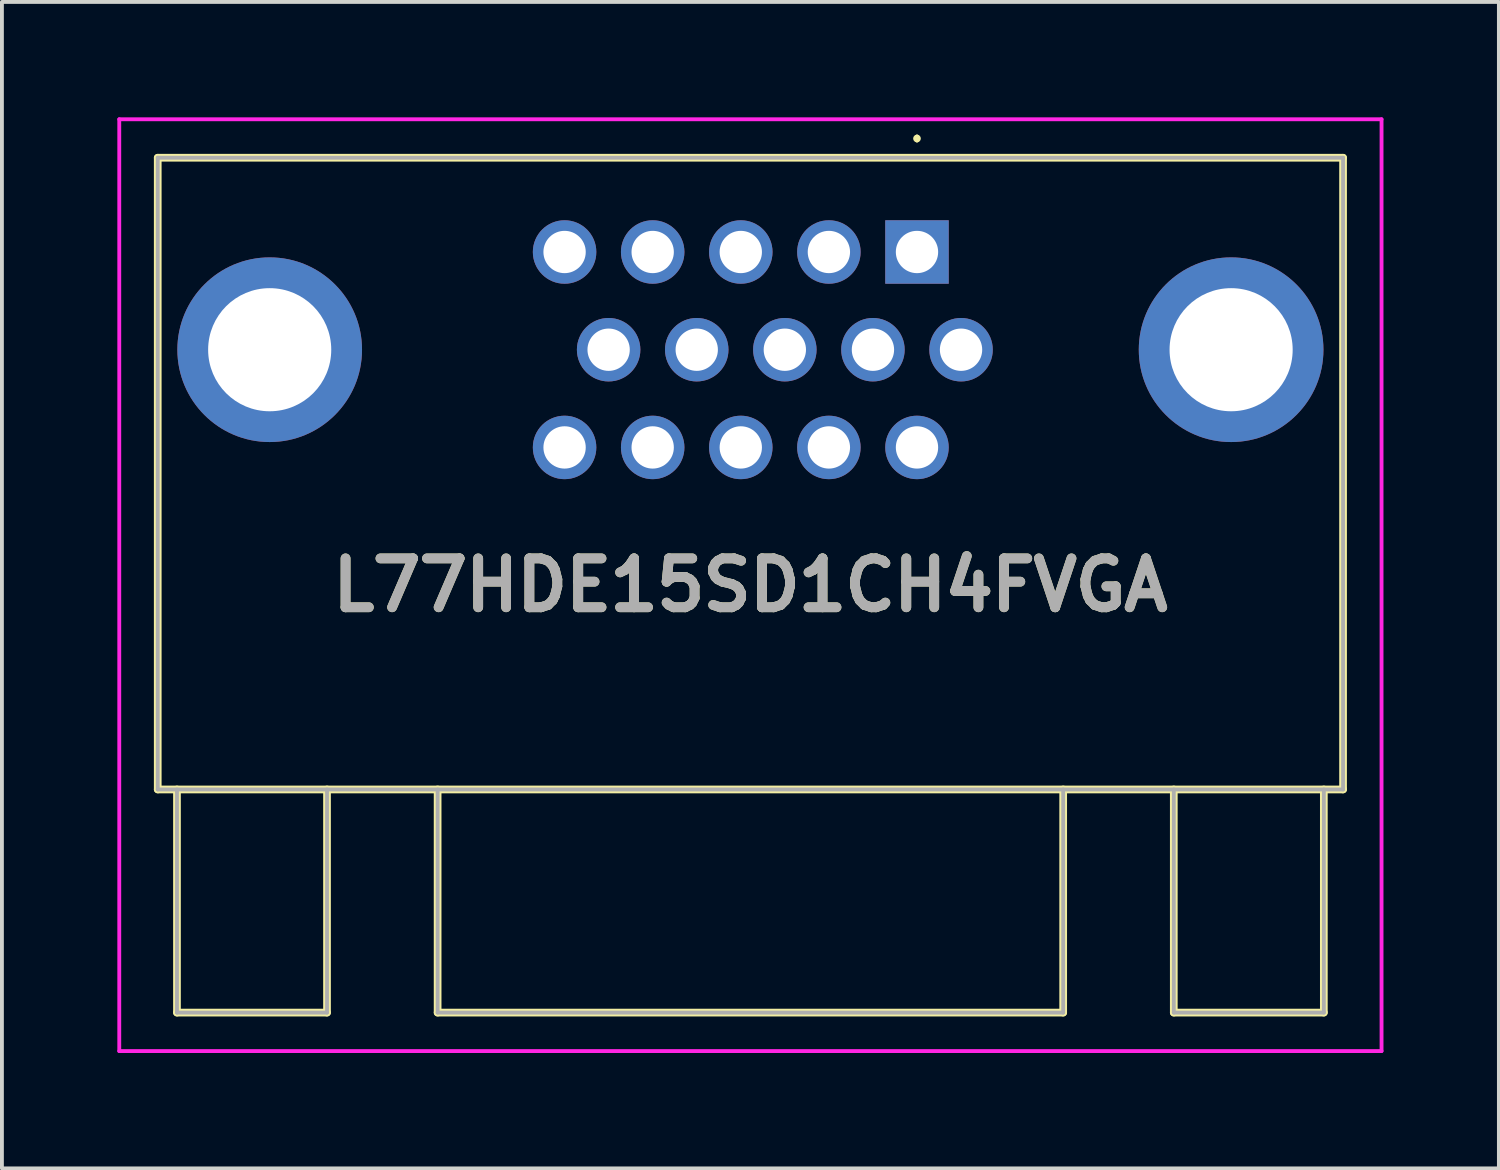
<source format=kicad_pcb>
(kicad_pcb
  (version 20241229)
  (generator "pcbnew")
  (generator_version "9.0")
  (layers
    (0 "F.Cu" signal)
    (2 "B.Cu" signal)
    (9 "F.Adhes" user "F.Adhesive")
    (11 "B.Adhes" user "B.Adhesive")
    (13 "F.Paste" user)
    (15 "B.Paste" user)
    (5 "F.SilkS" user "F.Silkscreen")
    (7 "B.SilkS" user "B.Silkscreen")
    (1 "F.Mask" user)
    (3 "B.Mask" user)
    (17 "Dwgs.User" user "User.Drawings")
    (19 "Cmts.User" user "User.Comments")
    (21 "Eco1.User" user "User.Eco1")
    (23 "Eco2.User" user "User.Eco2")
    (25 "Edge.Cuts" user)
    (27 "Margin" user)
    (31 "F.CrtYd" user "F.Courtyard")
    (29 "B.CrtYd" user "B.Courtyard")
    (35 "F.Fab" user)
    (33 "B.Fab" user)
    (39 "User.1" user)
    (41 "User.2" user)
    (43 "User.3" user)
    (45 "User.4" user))
  (footprint "L77HDE15SD1CH4FVGA"
    (layer "F.Cu")
    (at 20.785 3.5)
    (property "Reference" "L77HDE15SD1CH4FVGA" (at -4.33 8.66 0) (layer "F.SilkS") (effects (font (size 1.27 1.27) (thickness 0.254))))
    (attr through_hole)
    (fp_line (start -19.735 -2.45) (end 11.075 -2.45) (stroke (width 0.2) (type solid)) (layer "F.SilkS"))
    (fp_line (start -19.735 13.97) (end -19.735 -2.45) (stroke (width 0.2) (type solid)) (layer "F.SilkS"))
    (fp_line (start -19.235 13.97) (end -19.235 19.77) (stroke (width 0.2) (type solid)) (layer "F.SilkS"))
    (fp_line (start -19.235 19.77) (end -15.335 19.77) (stroke (width 0.2) (type solid)) (layer "F.SilkS"))
    (fp_line (start -15.335 19.77) (end -15.335 13.97) (stroke (width 0.2) (type solid)) (layer "F.SilkS"))
    (fp_line (start -12.46 13.97) (end -12.46 19.77) (stroke (width 0.2) (type solid)) (layer "F.SilkS"))
    (fp_line (start -12.46 19.77) (end 3.8 19.77) (stroke (width 0.2) (type solid)) (layer "F.SilkS"))
    (fp_line (start 0 -3) (end 0 -3) (stroke (width 0.1) (type solid)) (layer "F.SilkS"))
    (fp_line (start 0 -2.9) (end 0 -2.9) (stroke (width 0.1) (type solid)) (layer "F.SilkS"))
    (fp_line (start 3.8 19.77) (end 3.8 13.97) (stroke (width 0.2) (type solid)) (layer "F.SilkS"))
    (fp_line (start 6.675 13.97) (end 6.675 19.77) (stroke (width 0.2) (type solid)) (layer "F.SilkS"))
    (fp_line (start 6.675 19.77) (end 10.575 19.77) (stroke (width 0.2) (type solid)) (layer "F.SilkS"))
    (fp_line (start 10.575 19.77) (end 10.575 13.97) (stroke (width 0.2) (type solid)) (layer "F.SilkS"))
    (fp_line (start 11.075 -2.45) (end 11.075 13.97) (stroke (width 0.2) (type solid)) (layer "F.SilkS"))
    (fp_line (start 11.075 13.97) (end -19.735 13.97) (stroke (width 0.2) (type solid)) (layer "F.SilkS"))
    (fp_arc (start 0 -3) (mid 0.05 -2.95) (end 0 -2.9) (stroke (width 0.1) (type solid)) (layer "F.SilkS"))
    (fp_arc (start 0 -2.9) (mid -0.05 -2.95) (end 0 -3) (stroke (width 0.1) (type solid)) (layer "F.SilkS"))
    (fp_line (start -20.735 -3.45) (end 12.075 -3.45) (stroke (width 0.1) (type solid)) (layer "F.CrtYd"))
    (fp_line (start -20.735 20.77) (end -20.735 -3.45) (stroke (width 0.1) (type solid)) (layer "F.CrtYd"))
    (fp_line (start 12.075 -3.45) (end 12.075 20.77) (stroke (width 0.1) (type solid)) (layer "F.CrtYd"))
    (fp_line (start 12.075 20.77) (end -20.735 20.77) (stroke (width 0.1) (type solid)) (layer "F.CrtYd"))
    (fp_line (start -19.735 -2.45) (end 11.075 -2.45) (stroke (width 0.1) (type solid)) (layer "F.Fab"))
    (fp_line (start -19.735 13.97) (end -19.735 -2.45) (stroke (width 0.1) (type solid)) (layer "F.Fab"))
    (fp_line (start -19.235 13.97) (end -19.235 19.77) (stroke (width 0.1) (type solid)) (layer "F.Fab"))
    (fp_line (start -19.235 19.77) (end -15.335 19.77) (stroke (width 0.1) (type solid)) (layer "F.Fab"))
    (fp_line (start -15.335 19.77) (end -15.335 13.97) (stroke (width 0.1) (type solid)) (layer "F.Fab"))
    (fp_line (start -12.46 13.97) (end -12.46 19.77) (stroke (width 0.1) (type solid)) (layer "F.Fab"))
    (fp_line (start -12.46 19.77) (end 3.8 19.77) (stroke (width 0.1) (type solid)) (layer "F.Fab"))
    (fp_line (start 3.8 19.77) (end 3.8 13.97) (stroke (width 0.1) (type solid)) (layer "F.Fab"))
    (fp_line (start 6.675 19.77) (end 6.675 13.97) (stroke (width 0.1) (type solid)) (layer "F.Fab"))
    (fp_line (start 10.575 13.97) (end 10.575 19.77) (stroke (width 0.1) (type solid)) (layer "F.Fab"))
    (fp_line (start 10.575 19.77) (end 6.675 19.77) (stroke (width 0.1) (type solid)) (layer "F.Fab"))
    (fp_line (start 11.075 -2.45) (end 11.075 13.97) (stroke (width 0.1) (type solid)) (layer "F.Fab"))
    (fp_line (start 11.075 13.97) (end -19.735 13.97) (stroke (width 0.1) (type solid)) (layer "F.Fab"))
    (fp_text user "${REFERENCE}" (at -4.33 8.66 0) (layer "F.Fab") (effects (font (size 1.27 1.27) (thickness 0.254))))
    (pad "1" thru_hole rect (at 0 0) (size 1.65 1.65) (drill 1.1) (layers "*.Cu" "*.Mask"))
    (pad "2" thru_hole circle (at -2.29 0) (size 1.65 1.65) (drill 1.1) (layers "*.Cu" "*.Mask"))
    (pad "3" thru_hole circle (at -4.58 0) (size 1.65 1.65) (drill 1.1) (layers "*.Cu" "*.Mask"))
    (pad "4" thru_hole circle (at -6.87 0) (size 1.65 1.65) (drill 1.1) (layers "*.Cu" "*.Mask"))
    (pad "5" thru_hole circle (at -9.16 0) (size 1.65 1.65) (drill 1.1) (layers "*.Cu" "*.Mask"))
    (pad "6" thru_hole circle (at 1.145 2.54) (size 1.65 1.65) (drill 1.1) (layers "*.Cu" "*.Mask"))
    (pad "7" thru_hole circle (at -1.145 2.54) (size 1.65 1.65) (drill 1.1) (layers "*.Cu" "*.Mask"))
    (pad "8" thru_hole circle (at -3.435 2.54) (size 1.65 1.65) (drill 1.1) (layers "*.Cu" "*.Mask"))
    (pad "9" thru_hole circle (at -5.725 2.54) (size 1.65 1.65) (drill 1.1) (layers "*.Cu" "*.Mask"))
    (pad "10" thru_hole circle (at -8.015 2.54) (size 1.65 1.65) (drill 1.1) (layers "*.Cu" "*.Mask"))
    (pad "11" thru_hole circle (at 0 5.08) (size 1.65 1.65) (drill 1.1) (layers "*.Cu" "*.Mask"))
    (pad "12" thru_hole circle (at -2.29 5.08) (size 1.65 1.65) (drill 1.1) (layers "*.Cu" "*.Mask"))
    (pad "13" thru_hole circle (at -4.58 5.08) (size 1.65 1.65) (drill 1.1) (layers "*.Cu" "*.Mask"))
    (pad "14" thru_hole circle (at -6.87 5.08) (size 1.65 1.65) (drill 1.1) (layers "*.Cu" "*.Mask"))
    (pad "15" thru_hole circle (at -9.16 5.08) (size 1.65 1.65) (drill 1.1) (layers "*.Cu" "*.Mask"))
    (pad "MH1" thru_hole circle (at 8.165 2.54) (size 4.8 4.8) (drill 3.2) (layers "*.Cu" "*.Mask"))
    (pad "MH2" thru_hole circle (at -16.825 2.54) (size 4.8 4.8) (drill 3.2) (layers "*.Cu" "*.Mask")))
  (gr_rect
    (start -3 -3)
    (end 35.91 27.32)
    (stroke (width 0.1) (type default))
    (fill no)
    (layer "Edge.Cuts")))
</source>
